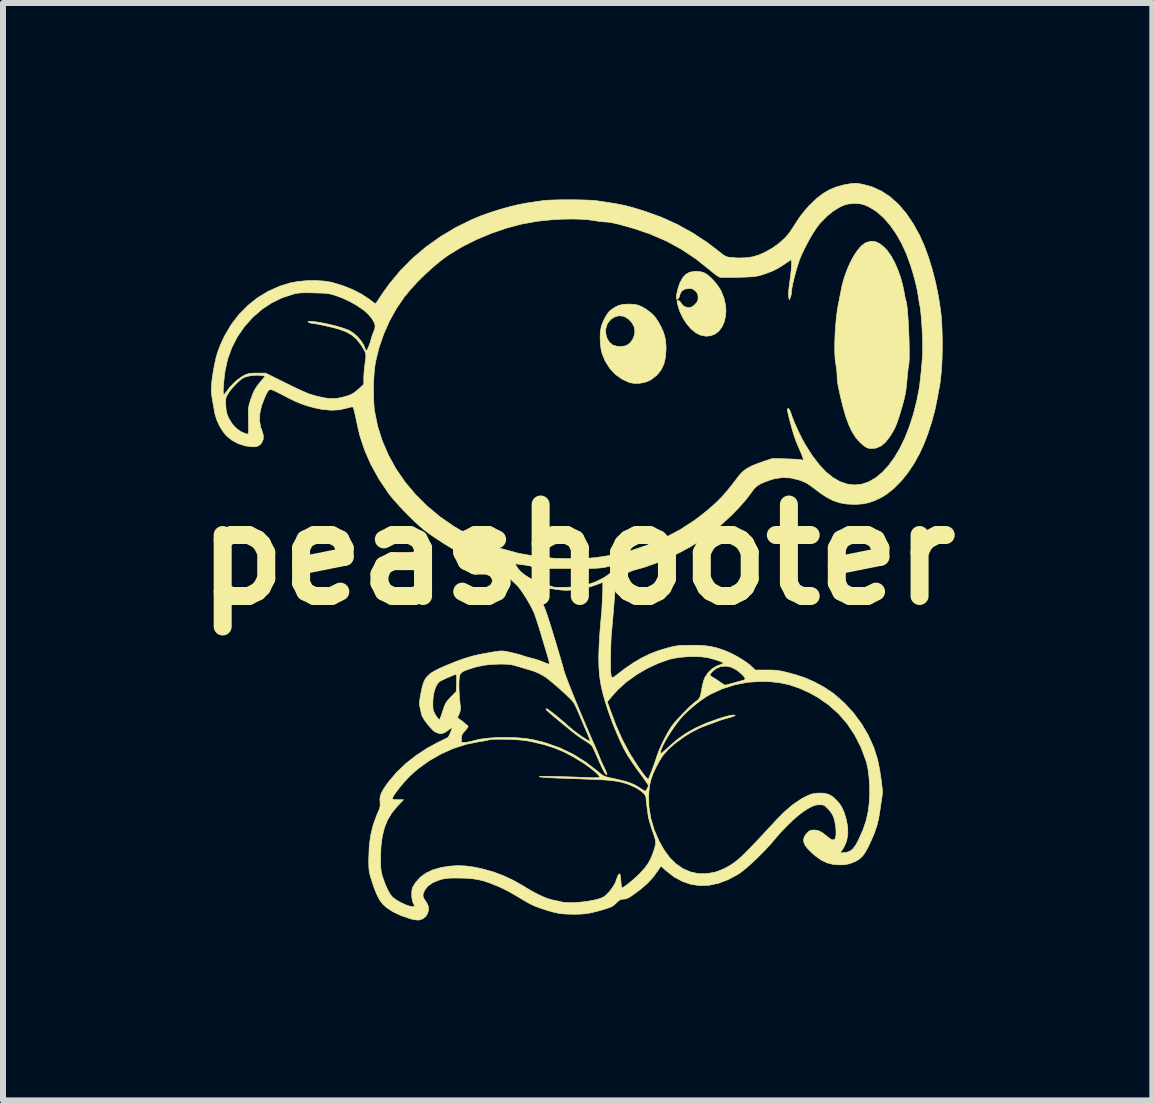
<source format=kicad_pcb>
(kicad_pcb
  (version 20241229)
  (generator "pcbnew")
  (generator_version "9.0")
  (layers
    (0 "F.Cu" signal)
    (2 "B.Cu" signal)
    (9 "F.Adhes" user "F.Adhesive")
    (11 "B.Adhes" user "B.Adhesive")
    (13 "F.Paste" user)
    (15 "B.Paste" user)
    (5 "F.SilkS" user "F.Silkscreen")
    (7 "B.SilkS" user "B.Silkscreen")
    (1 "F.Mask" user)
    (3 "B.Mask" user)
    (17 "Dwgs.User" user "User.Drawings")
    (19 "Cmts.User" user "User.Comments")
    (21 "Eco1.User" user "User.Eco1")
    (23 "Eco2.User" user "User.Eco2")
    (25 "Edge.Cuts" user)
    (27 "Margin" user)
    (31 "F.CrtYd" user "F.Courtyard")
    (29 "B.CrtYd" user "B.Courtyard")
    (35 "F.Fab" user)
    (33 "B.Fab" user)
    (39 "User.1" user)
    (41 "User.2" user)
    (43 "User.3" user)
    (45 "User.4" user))
  (footprint "peashooter"
    (layer "F.Cu")
    (at 6.575 6.191)
    (property "Reference" "peashooter" (at 0 0 0) (layer "F.SilkS") (effects (font (size 1.524 1.524) (thickness 0.3))))
    (attr through_hole)
    (fp_poly (pts (xy 2.027 -4.716) (xy 2.08 -4.706) (xy 2.105 -4.698) (xy 2.159 -4.665) (xy 2.219 -4.614) (xy 2.28 -4.55) (xy 2.336 -4.48) (xy 2.38 -4.411) (xy 2.391 -4.39) (xy 2.436 -4.278) (xy 2.462 -4.168) (xy 2.471 -4.061) (xy 2.462 -3.961) (xy 2.439 -3.869) (xy 2.402 -3.79) (xy 2.352 -3.724) (xy 2.29 -3.676) (xy 2.218 -3.647) (xy 2.137 -3.639) (xy 2.048 -3.657) (xy 2.044 -3.658) (xy 1.966 -3.698) (xy 1.89 -3.761) (xy 1.818 -3.843) (xy 1.756 -3.939) (xy 1.705 -4.044) (xy 1.685 -4.103) (xy 1.671 -4.153) (xy 1.66 -4.194) (xy 1.656 -4.218) (xy 1.656 -4.218) (xy 1.664 -4.236) (xy 1.682 -4.235) (xy 1.705 -4.217) (xy 1.719 -4.196) (xy 1.747 -4.159) (xy 1.782 -4.133) (xy 1.836 -4.114) (xy 1.883 -4.118) (xy 1.931 -4.146) (xy 1.952 -4.166) (xy 1.985 -4.202) (xy 2.001 -4.233) (xy 2.007 -4.27) (xy 2.007 -4.284) (xy 2.003 -4.331) (xy 1.986 -4.366) (xy 1.964 -4.391) (xy 1.93 -4.419) (xy 1.896 -4.432) (xy 1.853 -4.434) (xy 1.786 -4.424) (xy 1.737 -4.394) (xy 1.708 -4.346) (xy 1.704 -4.329) (xy 1.692 -4.291) (xy 1.674 -4.264) (xy 1.655 -4.253) (xy 1.646 -4.257) (xy 1.643 -4.277) (xy 1.647 -4.316) (xy 1.656 -4.368) (xy 1.67 -4.426) (xy 1.687 -4.481) (xy 1.704 -4.529) (xy 1.707 -4.534) (xy 1.752 -4.615) (xy 1.802 -4.67) (xy 1.863 -4.704) (xy 1.937 -4.719) (xy 1.972 -4.72) (xy 2.027 -4.716)) (stroke (width 0.01) (type solid)) (fill yes) (layer "F.SilkS"))
    (fp_poly (pts (xy 0.932 -4.171) (xy 1.001 -4.158) (xy 1.065 -4.133) (xy 1.134 -4.093) (xy 1.184 -4.057) (xy 1.232 -4.019) (xy 1.272 -3.979) (xy 1.308 -3.933) (xy 1.346 -3.874) (xy 1.386 -3.802) (xy 1.432 -3.701) (xy 1.46 -3.596) (xy 1.472 -3.481) (xy 1.473 -3.43) (xy 1.464 -3.293) (xy 1.436 -3.174) (xy 1.388 -3.074) (xy 1.319 -2.99) (xy 1.229 -2.92) (xy 1.195 -2.9) (xy 1.12 -2.871) (xy 1.033 -2.855) (xy 0.945 -2.853) (xy 0.868 -2.866) (xy 0.863 -2.867) (xy 0.741 -2.923) (xy 0.631 -3.001) (xy 0.538 -3.1) (xy 0.462 -3.218) (xy 0.407 -3.35) (xy 0.406 -3.353) (xy 0.388 -3.434) (xy 0.377 -3.529) (xy 0.374 -3.627) (xy 0.377 -3.686) (xy 0.467 -3.686) (xy 0.486 -3.611) (xy 0.522 -3.547) (xy 0.575 -3.499) (xy 0.591 -3.49) (xy 0.652 -3.472) (xy 0.722 -3.468) (xy 0.79 -3.477) (xy 0.82 -3.488) (xy 0.874 -3.528) (xy 0.918 -3.587) (xy 0.946 -3.658) (xy 0.954 -3.724) (xy 0.94 -3.797) (xy 0.904 -3.865) (xy 0.85 -3.923) (xy 0.783 -3.964) (xy 0.759 -3.973) (xy 0.689 -3.98) (xy 0.62 -3.962) (xy 0.557 -3.923) (xy 0.506 -3.865) (xy 0.491 -3.837) (xy 0.468 -3.763) (xy 0.467 -3.686) (xy 0.377 -3.686) (xy 0.379 -3.719) (xy 0.393 -3.797) (xy 0.398 -3.817) (xy 0.432 -3.9) (xy 0.472 -3.976) (xy 0.514 -4.038) (xy 0.552 -4.075) (xy 0.623 -4.123) (xy 0.687 -4.153) (xy 0.756 -4.169) (xy 0.84 -4.174) (xy 0.849 -4.174) (xy 0.932 -4.171)) (stroke (width 0.01) (type solid)) (fill yes) (layer "F.SilkS"))
    (fp_poly (pts (xy 4.957 -5.215) (xy 5.029 -5.184) (xy 5.103 -5.125) (xy 5.157 -5.067) (xy 5.219 -4.982) (xy 5.278 -4.875) (xy 5.332 -4.752) (xy 5.38 -4.62) (xy 5.417 -4.483) (xy 5.437 -4.386) (xy 5.448 -4.326) (xy 5.457 -4.276) (xy 5.465 -4.243) (xy 5.468 -4.234) (xy 5.477 -4.207) (xy 5.485 -4.156) (xy 5.493 -4.086) (xy 5.5 -3.999) (xy 5.507 -3.9) (xy 5.513 -3.793) (xy 5.518 -3.683) (xy 5.522 -3.573) (xy 5.524 -3.466) (xy 5.525 -3.368) (xy 5.525 -3.283) (xy 5.522 -3.213) (xy 5.517 -3.164) (xy 5.515 -3.153) (xy 5.508 -3.11) (xy 5.5 -3.048) (xy 5.492 -2.974) (xy 5.487 -2.905) (xy 5.478 -2.814) (xy 5.468 -2.733) (xy 5.454 -2.654) (xy 5.435 -2.571) (xy 5.409 -2.477) (xy 5.375 -2.363) (xy 5.372 -2.351) (xy 5.343 -2.259) (xy 5.317 -2.187) (xy 5.293 -2.127) (xy 5.265 -2.072) (xy 5.231 -2.014) (xy 5.198 -1.962) (xy 5.129 -1.873) (xy 5.055 -1.811) (xy 4.975 -1.776) (xy 4.91 -1.768) (xy 4.856 -1.771) (xy 4.815 -1.784) (xy 4.776 -1.808) (xy 4.702 -1.872) (xy 4.635 -1.949) (xy 4.575 -2.043) (xy 4.521 -2.155) (xy 4.471 -2.289) (xy 4.425 -2.446) (xy 4.391 -2.582) (xy 4.368 -2.682) (xy 4.351 -2.76) (xy 4.339 -2.821) (xy 4.331 -2.87) (xy 4.326 -2.911) (xy 4.324 -2.951) (xy 4.323 -2.984) (xy 4.319 -3.044) (xy 4.311 -3.114) (xy 4.301 -3.175) (xy 4.291 -3.245) (xy 4.285 -3.338) (xy 4.283 -3.447) (xy 4.285 -3.567) (xy 4.29 -3.694) (xy 4.299 -3.821) (xy 4.31 -3.944) (xy 4.324 -4.056) (xy 4.34 -4.153) (xy 4.343 -4.169) (xy 4.357 -4.235) (xy 4.37 -4.305) (xy 4.38 -4.357) (xy 4.407 -4.492) (xy 4.445 -4.625) (xy 4.492 -4.753) (xy 4.544 -4.872) (xy 4.602 -4.979) (xy 4.662 -5.069) (xy 4.724 -5.141) (xy 4.785 -5.189) (xy 4.809 -5.201) (xy 4.884 -5.221) (xy 4.957 -5.215)) (stroke (width 0.01) (type solid)) (fill yes) (layer "F.SilkS"))
    (fp_poly (pts (xy 4.644 -6.186) (xy 4.69 -6.181) (xy 4.749 -6.17) (xy 4.751 -6.17) (xy 4.913 -6.125) (xy 5.066 -6.054) (xy 5.21 -5.958) (xy 5.345 -5.836) (xy 5.472 -5.688) (xy 5.591 -5.513) (xy 5.699 -5.317) (xy 5.774 -5.149) (xy 5.844 -4.959) (xy 5.908 -4.752) (xy 5.964 -4.533) (xy 6.01 -4.309) (xy 6.045 -4.084) (xy 6.056 -3.985) (xy 6.066 -3.866) (xy 6.072 -3.726) (xy 6.075 -3.575) (xy 6.075 -3.42) (xy 6.072 -3.268) (xy 6.065 -3.128) (xy 6.055 -3.008) (xy 6.054 -3) (xy 6.046 -2.928) (xy 6.039 -2.867) (xy 6.033 -2.821) (xy 6.029 -2.796) (xy 6.028 -2.793) (xy 6.024 -2.777) (xy 6.016 -2.739) (xy 6.006 -2.684) (xy 5.995 -2.617) (xy 5.992 -2.603) (xy 5.953 -2.412) (xy 5.9 -2.214) (xy 5.836 -2.016) (xy 5.764 -1.83) (xy 5.7 -1.691) (xy 5.606 -1.52) (xy 5.501 -1.363) (xy 5.388 -1.223) (xy 5.269 -1.103) (xy 5.147 -1.006) (xy 5.056 -0.951) (xy 4.947 -0.899) (xy 4.847 -0.864) (xy 4.746 -0.845) (xy 4.633 -0.837) (xy 4.61 -0.837) (xy 4.481 -0.843) (xy 4.364 -0.864) (xy 4.255 -0.901) (xy 4.145 -0.958) (xy 4.029 -1.036) (xy 4.008 -1.052) (xy 3.937 -1.106) (xy 3.883 -1.146) (xy 3.841 -1.175) (xy 3.806 -1.196) (xy 3.772 -1.212) (xy 3.735 -1.227) (xy 3.69 -1.243) (xy 3.684 -1.245) (xy 3.545 -1.278) (xy 3.405 -1.284) (xy 3.265 -1.261) (xy 3.19 -1.237) (xy 3.108 -1.206) (xy 3.047 -1.179) (xy 3.002 -1.153) (xy 2.966 -1.124) (xy 2.933 -1.088) (xy 2.899 -1.042) (xy 2.893 -1.033) (xy 2.8 -0.911) (xy 2.687 -0.783) (xy 2.559 -0.652) (xy 2.42 -0.523) (xy 2.276 -0.402) (xy 2.131 -0.293) (xy 2.061 -0.244) (xy 1.881 -0.133) (xy 1.689 -0.029) (xy 1.492 0.065) (xy 1.298 0.145) (xy 1.111 0.21) (xy 1.031 0.233) (xy 0.95 0.255) (xy 0.891 0.275) (xy 0.849 0.293) (xy 0.821 0.313) (xy 0.799 0.337) (xy 0.793 0.347) (xy 0.769 0.377) (xy 0.733 0.417) (xy 0.699 0.451) (xy 0.63 0.515) (xy 0.602 0.858) (xy 0.594 0.961) (xy 0.585 1.062) (xy 0.577 1.156) (xy 0.57 1.236) (xy 0.564 1.297) (xy 0.562 1.319) (xy 0.558 1.371) (xy 0.555 1.443) (xy 0.552 1.531) (xy 0.55 1.628) (xy 0.548 1.726) (xy 0.548 1.737) (xy 0.548 1.844) (xy 0.549 1.926) (xy 0.553 1.984) (xy 0.559 2.023) (xy 0.568 2.043) (xy 0.583 2.048) (xy 0.603 2.039) (xy 0.629 2.021) (xy 0.64 2.012) (xy 0.792 1.896) (xy 0.932 1.801) (xy 1.066 1.722) (xy 1.199 1.657) (xy 1.337 1.603) (xy 1.486 1.558) (xy 1.502 1.554) (xy 1.566 1.537) (xy 1.619 1.526) (xy 1.67 1.518) (xy 1.725 1.513) (xy 1.791 1.511) (xy 1.878 1.51) (xy 1.894 1.51) (xy 2.02 1.511) (xy 2.125 1.518) (xy 2.219 1.531) (xy 2.308 1.551) (xy 2.401 1.581) (xy 2.456 1.601) (xy 2.549 1.641) (xy 2.647 1.692) (xy 2.741 1.747) (xy 2.824 1.803) (xy 2.886 1.854) (xy 2.959 1.923) (xy 3.142 1.923) (xy 3.211 1.923) (xy 3.268 1.925) (xy 3.318 1.929) (xy 3.368 1.936) (xy 3.424 1.947) (xy 3.492 1.964) (xy 3.578 1.987) (xy 3.634 2.002) (xy 3.788 2.053) (xy 3.947 2.123) (xy 4.101 2.206) (xy 4.239 2.297) (xy 4.273 2.322) (xy 4.443 2.471) (xy 4.596 2.638) (xy 4.73 2.819) (xy 4.843 3.011) (xy 4.933 3.211) (xy 4.998 3.416) (xy 5.028 3.564) (xy 5.047 3.681) (xy 5.06 3.775) (xy 5.069 3.849) (xy 5.075 3.908) (xy 5.077 3.956) (xy 5.075 3.997) (xy 5.071 4.035) (xy 5.068 4.053) (xy 5.058 4.116) (xy 5.047 4.191) (xy 5.037 4.259) (xy 5.015 4.396) (xy 4.983 4.526) (xy 4.937 4.657) (xy 4.876 4.797) (xy 4.836 4.88) (xy 4.79 4.964) (xy 4.744 5.026) (xy 4.694 5.072) (xy 4.634 5.109) (xy 4.582 5.131) (xy 4.52 5.152) (xy 4.464 5.164) (xy 4.4 5.169) (xy 4.364 5.169) (xy 4.255 5.161) (xy 4.155 5.136) (xy 4.061 5.091) (xy 3.965 5.023) (xy 3.909 4.975) (xy 3.837 4.904) (xy 3.789 4.842) (xy 3.766 4.786) (xy 3.765 4.734) (xy 3.787 4.683) (xy 3.823 4.638) (xy 3.856 4.607) (xy 3.886 4.593) (xy 3.927 4.589) (xy 3.94 4.589) (xy 3.985 4.593) (xy 4.029 4.607) (xy 4.076 4.633) (xy 4.133 4.676) (xy 4.174 4.71) (xy 4.222 4.745) (xy 4.257 4.755) (xy 4.283 4.742) (xy 4.296 4.719) (xy 4.304 4.676) (xy 4.305 4.614) (xy 4.3 4.542) (xy 4.289 4.468) (xy 4.273 4.4) (xy 4.248 4.337) (xy 4.211 4.28) (xy 4.178 4.242) (xy 4.141 4.204) (xy 4.113 4.182) (xy 4.087 4.171) (xy 4.053 4.168) (xy 4.029 4.168) (xy 3.987 4.17) (xy 3.95 4.177) (xy 3.909 4.194) (xy 3.856 4.221) (xy 3.831 4.235) (xy 3.759 4.282) (xy 3.674 4.347) (xy 3.583 4.427) (xy 3.488 4.518) (xy 3.395 4.614) (xy 3.308 4.713) (xy 3.277 4.75) (xy 3.211 4.828) (xy 3.133 4.912) (xy 3.048 4.999) (xy 2.961 5.085) (xy 2.875 5.164) (xy 2.795 5.234) (xy 2.725 5.29) (xy 2.675 5.325) (xy 2.51 5.414) (xy 2.349 5.475) (xy 2.191 5.509) (xy 2.038 5.515) (xy 1.889 5.494) (xy 1.745 5.445) (xy 1.606 5.369) (xy 1.473 5.266) (xy 1.449 5.243) (xy 1.417 5.214) (xy 1.393 5.196) (xy 1.385 5.193) (xy 1.375 5.207) (xy 1.355 5.238) (xy 1.329 5.276) (xy 1.251 5.382) (xy 1.16 5.479) (xy 1.05 5.575) (xy 0.979 5.628) (xy 0.914 5.674) (xy 0.867 5.706) (xy 0.831 5.725) (xy 0.803 5.736) (xy 0.776 5.739) (xy 0.766 5.74) (xy 0.73 5.742) (xy 0.701 5.754) (xy 0.67 5.779) (xy 0.645 5.803) (xy 0.611 5.835) (xy 0.578 5.859) (xy 0.537 5.878) (xy 0.48 5.897) (xy 0.449 5.907) (xy 0.343 5.938) (xy 0.256 5.96) (xy 0.181 5.976) (xy 0.111 5.985) (xy 0.038 5.99) (xy -0.046 5.992) (xy -0.07 5.992) (xy -0.168 5.99) (xy -0.251 5.985) (xy -0.328 5.974) (xy -0.408 5.956) (xy -0.5 5.93) (xy -0.575 5.906) (xy -0.651 5.88) (xy -0.718 5.854) (xy -0.781 5.825) (xy -0.848 5.789) (xy -0.926 5.743) (xy -0.996 5.701) (xy -1.154 5.609) (xy -1.311 5.533) (xy -1.462 5.472) (xy -1.563 5.438) (xy -1.661 5.414) (xy -1.762 5.399) (xy -1.876 5.391) (xy -1.991 5.389) (xy -2.078 5.389) (xy -2.143 5.391) (xy -2.194 5.396) (xy -2.239 5.403) (xy -2.283 5.415) (xy -2.312 5.424) (xy -2.414 5.466) (xy -2.492 5.519) (xy -2.545 5.585) (xy -2.562 5.621) (xy -2.575 5.659) (xy -2.577 5.69) (xy -2.567 5.721) (xy -2.543 5.76) (xy -2.519 5.794) (xy -2.49 5.855) (xy -2.484 5.918) (xy -2.5 5.978) (xy -2.533 6.03) (xy -2.582 6.069) (xy -2.643 6.088) (xy -2.669 6.089) (xy -2.712 6.084) (xy -2.764 6.074) (xy -2.779 6.07) (xy -2.941 6.015) (xy -3.076 5.952) (xy -3.186 5.88) (xy -3.247 5.824) (xy -3.296 5.759) (xy -3.344 5.668) (xy -3.392 5.55) (xy -3.44 5.405) (xy -3.441 5.403) (xy -3.457 5.348) (xy -3.468 5.302) (xy -3.475 5.258) (xy -3.479 5.207) (xy -3.481 5.143) (xy -3.481 5.058) (xy -3.481 5.054) (xy -3.48 5.045) (xy -3.284 5.045) (xy -3.284 5.046) (xy -3.283 5.133) (xy -3.281 5.199) (xy -3.277 5.25) (xy -3.27 5.294) (xy -3.259 5.338) (xy -3.249 5.372) (xy -3.208 5.489) (xy -3.165 5.586) (xy -3.122 5.661) (xy -3.085 5.707) (xy -3.041 5.741) (xy -2.982 5.778) (xy -2.916 5.812) (xy -2.852 5.84) (xy -2.796 5.859) (xy -2.761 5.865) (xy -2.708 5.866) (xy -2.736 5.813) (xy -2.754 5.768) (xy -2.763 5.711) (xy -2.765 5.66) (xy -2.763 5.607) (xy -2.758 5.568) (xy -2.744 5.534) (xy -2.719 5.492) (xy -2.705 5.471) (xy -2.629 5.382) (xy -2.532 5.309) (xy -2.414 5.253) (xy -2.273 5.213) (xy -2.138 5.191) (xy -2.004 5.182) (xy -1.87 5.187) (xy -1.728 5.206) (xy -1.592 5.235) (xy -1.41 5.285) (xy -1.238 5.349) (xy -1.069 5.429) (xy -0.894 5.528) (xy -0.866 5.546) (xy -0.766 5.605) (xy -0.667 5.658) (xy -0.573 5.702) (xy -0.49 5.734) (xy -0.425 5.753) (xy -0.424 5.753) (xy -0.367 5.765) (xy -0.312 5.777) (xy -0.288 5.784) (xy -0.221 5.795) (xy -0.134 5.799) (xy -0.035 5.796) (xy 0.072 5.788) (xy 0.177 5.774) (xy 0.276 5.756) (xy 0.36 5.734) (xy 0.422 5.71) (xy 0.474 5.674) (xy 0.527 5.618) (xy 0.578 5.551) (xy 0.621 5.479) (xy 0.649 5.411) (xy 0.653 5.396) (xy 0.669 5.351) (xy 0.688 5.324) (xy 0.701 5.319) (xy 0.707 5.331) (xy 0.713 5.366) (xy 0.718 5.415) (xy 0.719 5.432) (xy 0.724 5.486) (xy 0.729 5.528) (xy 0.734 5.551) (xy 0.735 5.553) (xy 0.75 5.549) (xy 0.781 5.53) (xy 0.824 5.499) (xy 0.875 5.458) (xy 0.929 5.413) (xy 0.981 5.366) (xy 1.029 5.32) (xy 1.042 5.307) (xy 1.116 5.225) (xy 1.172 5.149) (xy 1.216 5.069) (xy 1.254 4.974) (xy 1.264 4.944) (xy 1.283 4.887) (xy 1.294 4.842) (xy 1.299 4.804) (xy 1.296 4.764) (xy 1.285 4.717) (xy 1.265 4.656) (xy 1.242 4.589) (xy 1.219 4.519) (xy 1.198 4.451) (xy 1.183 4.392) (xy 1.177 4.364) (xy 1.17 4.315) (xy 1.161 4.252) (xy 1.153 4.184) (xy 1.145 4.12) (xy 1.14 4.068) (xy 1.138 4.039) (xy 1.125 4.008) (xy 1.183 4.008) (xy 1.187 4.199) (xy 1.218 4.392) (xy 1.275 4.586) (xy 1.358 4.776) (xy 1.44 4.921) (xy 1.533 5.048) (xy 1.638 5.152) (xy 1.753 5.232) (xy 1.877 5.286) (xy 2.008 5.315) (xy 2.144 5.317) (xy 2.283 5.292) (xy 2.311 5.284) (xy 2.381 5.258) (xy 2.457 5.224) (xy 2.519 5.19) (xy 2.56 5.165) (xy 2.6 5.138) (xy 2.64 5.108) (xy 2.683 5.072) (xy 2.731 5.03) (xy 2.784 4.979) (xy 2.846 4.917) (xy 2.918 4.843) (xy 3.001 4.755) (xy 3.098 4.651) (xy 3.211 4.529) (xy 3.309 4.423) (xy 3.448 4.283) (xy 3.585 4.166) (xy 3.719 4.075) (xy 3.788 4.037) (xy 3.851 4.007) (xy 3.902 3.989) (xy 3.95 3.979) (xy 4.006 3.974) (xy 4.009 3.973) (xy 4.101 3.975) (xy 4.177 3.993) (xy 4.244 4.03) (xy 4.3 4.079) (xy 4.358 4.143) (xy 4.403 4.211) (xy 4.438 4.29) (xy 4.469 4.388) (xy 4.47 4.392) (xy 4.498 4.529) (xy 4.502 4.652) (xy 4.483 4.764) (xy 4.44 4.869) (xy 4.396 4.938) (xy 4.372 4.972) (xy 4.445 4.965) (xy 4.501 4.955) (xy 4.547 4.934) (xy 4.588 4.9) (xy 4.628 4.847) (xy 4.669 4.773) (xy 4.689 4.732) (xy 4.758 4.575) (xy 4.808 4.426) (xy 4.841 4.275) (xy 4.858 4.136) (xy 4.866 3.998) (xy 4.865 3.854) (xy 4.855 3.714) (xy 4.839 3.583) (xy 4.815 3.471) (xy 4.805 3.436) (xy 4.721 3.211) (xy 4.616 3.005) (xy 4.491 2.818) (xy 4.347 2.651) (xy 4.182 2.504) (xy 3.999 2.377) (xy 3.856 2.299) (xy 3.69 2.224) (xy 3.533 2.171) (xy 3.375 2.136) (xy 3.209 2.117) (xy 3.052 2.113) (xy 2.834 2.127) (xy 2.622 2.168) (xy 2.413 2.235) (xy 2.216 2.324) (xy 2.131 2.374) (xy 2.035 2.441) (xy 1.937 2.518) (xy 1.842 2.6) (xy 1.759 2.681) (xy 1.708 2.738) (xy 1.65 2.812) (xy 1.594 2.891) (xy 1.54 2.971) (xy 1.491 3.05) (xy 1.449 3.124) (xy 1.415 3.19) (xy 1.392 3.245) (xy 1.38 3.285) (xy 1.382 3.308) (xy 1.39 3.312) (xy 1.405 3.303) (xy 1.436 3.277) (xy 1.479 3.24) (xy 1.53 3.194) (xy 1.542 3.182) (xy 1.669 3.073) (xy 1.808 2.976) (xy 1.964 2.889) (xy 2.14 2.81) (xy 2.339 2.737) (xy 2.372 2.726) (xy 2.449 2.703) (xy 2.517 2.685) (xy 2.572 2.675) (xy 2.609 2.673) (xy 2.624 2.679) (xy 2.624 2.68) (xy 2.612 2.688) (xy 2.578 2.701) (xy 2.53 2.716) (xy 2.508 2.721) (xy 2.45 2.737) (xy 2.399 2.752) (xy 2.363 2.764) (xy 2.358 2.767) (xy 2.33 2.777) (xy 2.283 2.795) (xy 2.224 2.816) (xy 2.182 2.83) (xy 2.037 2.887) (xy 1.902 2.955) (xy 1.769 3.037) (xy 1.631 3.139) (xy 1.602 3.163) (xy 1.509 3.245) (xy 1.432 3.332) (xy 1.365 3.432) (xy 1.305 3.543) (xy 1.258 3.646) (xy 1.225 3.736) (xy 1.203 3.824) (xy 1.19 3.919) (xy 1.183 4.008) (xy 1.125 4.008) (xy 1.125 4.007) (xy 1.091 3.969) (xy 1.042 3.929) (xy 0.983 3.891) (xy 0.934 3.866) (xy 0.864 3.835) (xy 0.798 3.811) (xy 0.73 3.792) (xy 0.656 3.777) (xy 0.572 3.765) (xy 0.472 3.756) (xy 0.353 3.749) (xy 0.239 3.745) (xy 0.122 3.74) (xy -0.002 3.735) (xy -0.127 3.731) (xy -0.243 3.726) (xy -0.342 3.723) (xy -0.374 3.721) (xy -0.456 3.718) (xy -0.529 3.713) (xy -0.587 3.709) (xy -0.626 3.704) (xy -0.641 3.7) (xy -0.631 3.697) (xy -0.595 3.695) (xy -0.534 3.694) (xy -0.449 3.695) (xy -0.343 3.697) (xy -0.216 3.701) (xy -0.07 3.705) (xy 0.093 3.712) (xy 0.144 3.714) (xy 0.233 3.717) (xy 0.297 3.717) (xy 0.338 3.715) (xy 0.36 3.711) (xy 0.365 3.706) (xy 0.354 3.683) (xy 0.322 3.648) (xy 0.273 3.604) (xy 0.211 3.555) (xy 0.139 3.502) (xy 0.095 3.472) (xy -0.068 3.371) (xy -0.228 3.287) (xy -0.393 3.219) (xy -0.57 3.163) (xy -0.765 3.117) (xy -0.828 3.105) (xy -0.888 3.096) (xy -0.964 3.088) (xy -1.051 3.083) (xy -1.143 3.078) (xy -1.234 3.076) (xy -1.32 3.076) (xy -1.393 3.077) (xy -1.448 3.081) (xy -1.474 3.086) (xy -1.513 3.095) (xy -1.568 3.106) (xy -1.629 3.115) (xy -1.636 3.116) (xy -1.852 3.159) (xy -2.067 3.228) (xy -2.276 3.321) (xy -2.475 3.435) (xy -2.66 3.568) (xy -2.783 3.676) (xy -2.836 3.73) (xy -2.891 3.791) (xy -2.946 3.855) (xy -2.996 3.918) (xy -3.038 3.975) (xy -3.069 4.022) (xy -3.086 4.055) (xy -3.087 4.064) (xy -3.079 4.075) (xy -3.053 4.082) (xy -3.003 4.084) (xy -2.995 4.084) (xy -2.902 4.084) (xy -3.011 4.199) (xy -3.098 4.306) (xy -3.168 4.423) (xy -3.22 4.552) (xy -3.256 4.697) (xy -3.277 4.86) (xy -3.284 5.045) (xy -3.48 5.045) (xy -3.473 4.857) (xy -3.449 4.678) (xy -3.409 4.51) (xy -3.35 4.348) (xy -3.321 4.281) (xy -3.3 4.23) (xy -3.291 4.187) (xy -3.292 4.136) (xy -3.293 4.119) (xy -3.295 4.067) (xy -3.287 4.018) (xy -3.267 3.966) (xy -3.235 3.907) (xy -3.186 3.835) (xy -3.145 3.779) (xy -3.017 3.629) (xy -2.866 3.484) (xy -2.696 3.35) (xy -2.511 3.228) (xy -2.339 3.134) (xy -2.278 3.104) (xy -2.224 3.078) (xy -2.184 3.058) (xy -2.164 3.048) (xy -2.164 3.048) (xy -2.152 3.032) (xy -2.134 2.999) (xy -2.116 2.957) (xy -2.101 2.917) (xy -2.092 2.886) (xy -2.091 2.88) (xy -2.101 2.884) (xy -2.126 2.902) (xy -2.145 2.917) (xy -2.204 2.958) (xy -2.253 2.979) (xy -2.299 2.981) (xy -2.328 2.974) (xy -2.361 2.961) (xy -2.39 2.945) (xy -2.419 2.92) (xy -2.453 2.883) (xy -2.498 2.829) (xy -2.514 2.809) (xy -2.564 2.739) (xy -2.595 2.683) (xy -2.604 2.654) (xy -2.613 2.606) (xy -2.624 2.553) (xy -2.627 2.544) (xy -2.633 2.515) (xy -2.636 2.488) (xy -2.636 2.479) (xy -2.413 2.479) (xy -2.412 2.536) (xy -2.409 2.578) (xy -2.408 2.586) (xy -2.397 2.618) (xy -2.376 2.658) (xy -2.351 2.699) (xy -2.326 2.732) (xy -2.307 2.749) (xy -2.303 2.75) (xy -2.295 2.738) (xy -2.286 2.717) (xy -2.003 2.717) (xy -1.913 2.784) (xy -1.872 2.818) (xy -1.84 2.845) (xy -1.825 2.863) (xy -1.824 2.865) (xy -1.833 2.881) (xy -1.856 2.911) (xy -1.88 2.938) (xy -1.913 2.977) (xy -1.93 3.009) (xy -1.936 3.045) (xy -1.937 3.064) (xy -1.937 3.129) (xy -1.882 3.129) (xy -1.839 3.125) (xy -1.783 3.114) (xy -1.738 3.102) (xy -1.625 3.075) (xy -1.485 3.057) (xy -1.319 3.047) (xy -1.193 3.046) (xy -1.028 3.05) (xy -0.879 3.062) (xy -0.738 3.085) (xy -0.593 3.12) (xy -0.514 3.143) (xy -0.288 3.224) (xy -0.073 3.328) (xy 0.135 3.458) (xy 0.338 3.614) (xy 0.347 3.623) (xy 0.387 3.656) (xy 0.419 3.678) (xy 0.452 3.695) (xy 0.493 3.708) (xy 0.549 3.721) (xy 0.593 3.73) (xy 0.709 3.756) (xy 0.803 3.78) (xy 0.88 3.806) (xy 0.944 3.833) (xy 1.002 3.866) (xy 1.024 3.88) (xy 1.069 3.909) (xy 1.104 3.931) (xy 1.124 3.942) (xy 1.126 3.942) (xy 1.138 3.932) (xy 1.156 3.905) (xy 1.157 3.902) (xy 1.172 3.87) (xy 1.179 3.848) (xy 1.179 3.847) (xy 1.171 3.832) (xy 1.149 3.799) (xy 1.116 3.75) (xy 1.074 3.691) (xy 1.036 3.64) (xy 0.982 3.565) (xy 0.928 3.489) (xy 0.88 3.417) (xy 0.84 3.357) (xy 0.825 3.333) (xy 0.771 3.235) (xy 0.713 3.116) (xy 0.653 2.979) (xy 0.592 2.831) (xy 0.535 2.677) (xy 0.505 2.593) (xy 0.46 2.451) (xy 0.494 2.451) (xy 0.54 2.583) (xy 0.639 2.846) (xy 0.746 3.086) (xy 0.863 3.306) (xy 0.992 3.51) (xy 1.028 3.562) (xy 1.081 3.636) (xy 1.121 3.689) (xy 1.149 3.722) (xy 1.168 3.739) (xy 1.178 3.741) (xy 1.181 3.737) (xy 1.191 3.712) (xy 1.207 3.67) (xy 1.228 3.618) (xy 1.233 3.607) (xy 1.256 3.545) (xy 1.283 3.469) (xy 1.31 3.391) (xy 1.319 3.361) (xy 1.354 3.266) (xy 1.401 3.159) (xy 1.455 3.05) (xy 1.511 2.948) (xy 1.565 2.862) (xy 1.57 2.856) (xy 1.604 2.812) (xy 1.653 2.755) (xy 1.712 2.692) (xy 1.775 2.627) (xy 1.837 2.564) (xy 1.894 2.51) (xy 1.94 2.47) (xy 1.961 2.454) (xy 1.996 2.428) (xy 2.02 2.403) (xy 2.037 2.374) (xy 2.05 2.332) (xy 2.062 2.273) (xy 2.068 2.236) (xy 2.081 2.171) (xy 2.097 2.109) (xy 2.114 2.06) (xy 2.118 2.05) (xy 2.149 2.004) (xy 2.203 2.004) (xy 2.215 2.02) (xy 2.242 2.04) (xy 2.249 2.043) (xy 2.285 2.064) (xy 2.332 2.095) (xy 2.37 2.121) (xy 2.41 2.149) (xy 2.442 2.168) (xy 2.457 2.175) (xy 2.474 2.172) (xy 2.511 2.162) (xy 2.562 2.148) (xy 2.584 2.142) (xy 2.644 2.125) (xy 2.699 2.11) (xy 2.74 2.1) (xy 2.747 2.098) (xy 2.78 2.086) (xy 2.79 2.068) (xy 2.778 2.039) (xy 2.742 1.999) (xy 2.732 1.989) (xy 2.646 1.92) (xy 2.559 1.876) (xy 2.472 1.858) (xy 2.388 1.864) (xy 2.31 1.896) (xy 2.257 1.937) (xy 2.227 1.969) (xy 2.207 1.994) (xy 2.203 2.004) (xy 2.149 2.004) (xy 2.172 1.969) (xy 2.241 1.902) (xy 2.319 1.855) (xy 2.349 1.844) (xy 2.391 1.829) (xy 2.42 1.816) (xy 2.428 1.809) (xy 2.415 1.797) (xy 2.381 1.781) (xy 2.331 1.763) (xy 2.271 1.744) (xy 2.207 1.727) (xy 2.162 1.716) (xy 2.065 1.703) (xy 1.951 1.698) (xy 1.829 1.701) (xy 1.707 1.711) (xy 1.595 1.729) (xy 1.523 1.746) (xy 1.336 1.813) (xy 1.153 1.899) (xy 0.978 2.002) (xy 0.816 2.119) (xy 0.673 2.246) (xy 0.585 2.343) (xy 0.494 2.451) (xy 0.46 2.451) (xy 0.454 2.433) (xy 0.414 2.287) (xy 0.384 2.148) (xy 0.364 2.011) (xy 0.354 1.869) (xy 0.351 1.715) (xy 0.356 1.544) (xy 0.361 1.443) (xy 0.367 1.346) (xy 0.374 1.252) (xy 0.381 1.166) (xy 0.387 1.094) (xy 0.392 1.044) (xy 0.392 1.038) (xy 0.397 0.993) (xy 0.402 0.932) (xy 0.406 0.859) (xy 0.41 0.781) (xy 0.414 0.702) (xy 0.417 0.627) (xy 0.419 0.56) (xy 0.419 0.508) (xy 0.418 0.474) (xy 0.416 0.463) (xy 0.401 0.468) (xy 0.366 0.481) (xy 0.317 0.499) (xy 0.282 0.512) (xy 0.176 0.546) (xy 0.053 0.572) (xy -0.075 0.589) (xy -0.196 0.595) (xy -0.196 0.595) (xy -0.265 0.591) (xy -0.35 0.581) (xy -0.442 0.566) (xy -0.532 0.548) (xy -0.611 0.529) (xy -0.663 0.513) (xy -0.713 0.496) (xy -0.746 0.489) (xy -0.758 0.493) (xy -0.751 0.511) (xy -0.733 0.547) (xy -0.706 0.594) (xy -0.689 0.623) (xy -0.64 0.706) (xy -0.603 0.774) (xy -0.573 0.836) (xy -0.546 0.9) (xy -0.519 0.972) (xy -0.504 1.018) (xy -0.482 1.086) (xy -0.455 1.172) (xy -0.424 1.27) (xy -0.392 1.377) (xy -0.358 1.487) (xy -0.326 1.595) (xy -0.296 1.697) (xy -0.269 1.788) (xy -0.247 1.864) (xy -0.232 1.919) (xy -0.232 1.923) (xy -0.217 1.97) (xy -0.192 2.04) (xy -0.157 2.131) (xy -0.114 2.241) (xy -0.064 2.366) (xy -0.007 2.504) (xy 0.055 2.653) (xy 0.122 2.81) (xy 0.192 2.973) (xy 0.264 3.139) (xy 0.294 3.207) (xy 0.322 3.27) (xy 0.346 3.328) (xy 0.364 3.372) (xy 0.373 3.396) (xy 0.384 3.425) (xy 0.404 3.47) (xy 0.429 3.523) (xy 0.438 3.54) (xy 0.462 3.592) (xy 0.48 3.634) (xy 0.488 3.661) (xy 0.488 3.666) (xy 0.478 3.669) (xy 0.459 3.647) (xy 0.432 3.602) (xy 0.398 3.533) (xy 0.356 3.442) (xy 0.343 3.41) (xy 0.312 3.34) (xy 0.284 3.277) (xy 0.261 3.227) (xy 0.245 3.196) (xy 0.242 3.19) (xy 0.221 3.169) (xy 0.183 3.139) (xy 0.134 3.107) (xy 0.115 3.095) (xy 0.057 3.058) (xy -0.011 3.01) (xy -0.08 2.958) (xy -0.119 2.927) (xy -0.187 2.87) (xy -0.265 2.806) (xy -0.339 2.745) (xy -0.372 2.718) (xy -0.439 2.662) (xy -0.486 2.621) (xy -0.515 2.593) (xy -0.527 2.577) (xy -0.525 2.569) (xy -0.517 2.568) (xy -0.499 2.577) (xy -0.463 2.602) (xy -0.413 2.64) (xy -0.353 2.688) (xy -0.286 2.744) (xy -0.215 2.804) (xy -0.144 2.867) (xy -0.14 2.871) (xy -0.09 2.913) (xy -0.034 2.957) (xy 0.025 3) (xy 0.082 3.04) (xy 0.133 3.072) (xy 0.174 3.096) (xy 0.201 3.107) (xy 0.21 3.105) (xy 0.205 3.088) (xy 0.191 3.05) (xy 0.169 2.997) (xy 0.142 2.934) (xy 0.135 2.918) (xy 0.101 2.838) (xy 0.065 2.754) (xy 0.032 2.675) (xy 0.007 2.617) (xy -0.019 2.558) (xy -0.044 2.506) (xy -0.065 2.467) (xy -0.073 2.456) (xy -0.102 2.422) (xy -0.149 2.375) (xy -0.208 2.319) (xy -0.275 2.258) (xy -0.345 2.197) (xy -0.413 2.138) (xy -0.474 2.088) (xy -0.525 2.049) (xy -0.544 2.035) (xy -0.606 1.999) (xy -0.674 1.965) (xy -0.734 1.941) (xy -0.741 1.939) (xy -0.797 1.922) (xy -0.868 1.901) (xy -0.943 1.878) (xy -0.977 1.868) (xy -1.043 1.849) (xy -1.097 1.836) (xy -1.149 1.829) (xy -1.209 1.825) (xy -1.287 1.824) (xy -1.295 1.824) (xy -1.437 1.829) (xy -1.565 1.844) (xy -1.691 1.871) (xy -1.789 1.901) (xy -1.856 1.924) (xy -1.902 1.943) (xy -1.932 1.963) (xy -1.952 1.986) (xy -1.962 2.002) (xy -1.971 2.034) (xy -1.976 2.088) (xy -1.978 2.159) (xy -1.977 2.242) (xy -1.973 2.33) (xy -1.966 2.42) (xy -1.963 2.449) (xy -1.956 2.515) (xy -1.953 2.56) (xy -1.955 2.593) (xy -1.962 2.622) (xy -1.974 2.653) (xy -2.003 2.717) (xy -2.286 2.717) (xy -2.281 2.704) (xy -2.263 2.654) (xy -2.248 2.607) (xy -2.226 2.54) (xy -2.207 2.493) (xy -2.186 2.456) (xy -2.159 2.421) (xy -2.12 2.379) (xy -2.113 2.372) (xy -2.023 2.28) (xy -2.018 2.137) (xy -2.017 2.077) (xy -2.017 2.029) (xy -2.02 2) (xy -2.023 1.993) (xy -2.042 1.998) (xy -2.08 2.013) (xy -2.129 2.033) (xy -2.182 2.056) (xy -2.233 2.08) (xy -2.274 2.1) (xy -2.297 2.112) (xy -2.336 2.153) (xy -2.37 2.216) (xy -2.394 2.295) (xy -2.409 2.386) (xy -2.411 2.417) (xy -2.413 2.479) (xy -2.636 2.479) (xy -2.635 2.455) (xy -2.63 2.413) (xy -2.62 2.354) (xy -2.606 2.28) (xy -2.588 2.199) (xy -2.568 2.132) (xy -2.541 2.075) (xy -2.504 2.027) (xy -2.456 1.983) (xy -2.392 1.942) (xy -2.309 1.899) (xy -2.205 1.853) (xy -2.124 1.82) (xy -1.996 1.769) (xy -1.884 1.729) (xy -1.78 1.698) (xy -1.677 1.672) (xy -1.567 1.65) (xy -1.558 1.649) (xy -1.463 1.632) (xy -1.39 1.619) (xy -1.335 1.611) (xy -1.292 1.606) (xy -1.257 1.605) (xy -1.225 1.608) (xy -1.189 1.614) (xy -1.146 1.623) (xy -1.121 1.629) (xy -1.053 1.644) (xy -0.987 1.661) (xy -0.934 1.677) (xy -0.912 1.684) (xy -0.861 1.701) (xy -0.8 1.718) (xy -0.767 1.726) (xy -0.709 1.741) (xy -0.642 1.763) (xy -0.588 1.784) (xy -0.54 1.803) (xy -0.502 1.818) (xy -0.48 1.824) (xy -0.479 1.824) (xy -0.473 1.819) (xy -0.473 1.801) (xy -0.48 1.766) (xy -0.494 1.713) (xy -0.517 1.636) (xy -0.524 1.614) (xy -0.54 1.558) (xy -0.563 1.484) (xy -0.589 1.398) (xy -0.615 1.309) (xy -0.629 1.263) (xy -0.655 1.18) (xy -0.681 1.099) (xy -0.705 1.028) (xy -0.725 0.973) (xy -0.735 0.95) (xy -0.767 0.884) (xy -0.808 0.809) (xy -0.854 0.731) (xy -0.902 0.656) (xy -0.948 0.589) (xy -0.987 0.537) (xy -1.015 0.507) (xy -1.08 0.446) (xy -1.135 0.39) (xy -1.188 0.328) (xy -1.197 0.318) (xy -1.231 0.281) (xy -1.264 0.256) (xy -1.307 0.237) (xy -1.352 0.222) (xy -1.447 0.191) (xy -1.552 0.151) (xy -1.042 0.151) (xy -1.009 0.211) (xy -0.964 0.269) (xy -0.897 0.328) (xy -0.812 0.384) (xy -0.715 0.435) (xy -0.61 0.478) (xy -0.527 0.503) (xy -0.475 0.517) (xy -0.434 0.53) (xy -0.412 0.538) (xy -0.41 0.54) (xy -0.393 0.543) (xy -0.354 0.544) (xy -0.297 0.545) (xy -0.226 0.544) (xy -0.183 0.544) (xy -0.086 0.54) (xy -0.011 0.536) (xy 0.051 0.528) (xy 0.106 0.517) (xy 0.146 0.507) (xy 0.296 0.455) (xy 0.427 0.39) (xy 0.516 0.331) (xy 0.563 0.293) (xy 0.604 0.252) (xy 0.635 0.215) (xy 0.653 0.186) (xy 0.653 0.171) (xy 0.637 0.171) (xy 0.601 0.178) (xy 0.549 0.188) (xy 0.509 0.198) (xy 0.472 0.207) (xy 0.438 0.214) (xy 0.403 0.219) (xy 0.364 0.223) (xy 0.317 0.226) (xy 0.259 0.229) (xy 0.187 0.23) (xy 0.097 0.231) (xy -0.015 0.231) (xy -0.14 0.231) (xy -0.278 0.231) (xy -0.39 0.231) (xy -0.48 0.23) (xy -0.551 0.228) (xy -0.606 0.226) (xy -0.648 0.223) (xy -0.68 0.218) (xy -0.706 0.213) (xy -0.723 0.208) (xy -0.781 0.192) (xy -0.843 0.179) (xy -0.863 0.176) (xy -0.918 0.169) (xy -0.972 0.162) (xy -0.988 0.159) (xy -1.042 0.151) (xy -1.552 0.151) (xy -1.558 0.149) (xy -1.677 0.101) (xy -1.794 0.05) (xy -1.902 0.001) (xy -1.979 -0.038) (xy -2.097 -0.105) (xy -2.224 -0.182) (xy -2.351 -0.264) (xy -2.469 -0.345) (xy -2.561 -0.414) (xy -2.632 -0.474) (xy -2.714 -0.55) (xy -2.804 -0.637) (xy -2.895 -0.729) (xy -2.982 -0.823) (xy -3.061 -0.911) (xy -3.127 -0.99) (xy -3.153 -1.024) (xy -3.309 -1.257) (xy -3.441 -1.494) (xy -3.547 -1.734) (xy -3.627 -1.974) (xy -3.662 -2.119) (xy -3.685 -2.225) (xy -3.702 -2.307) (xy -3.716 -2.368) (xy -3.726 -2.41) (xy -3.734 -2.438) (xy -3.741 -2.453) (xy -3.745 -2.459) (xy -3.763 -2.461) (xy -3.799 -2.454) (xy -3.847 -2.441) (xy -3.853 -2.439) (xy -3.976 -2.412) (xy -4.113 -2.406) (xy -4.262 -2.421) (xy -4.381 -2.445) (xy -4.468 -2.468) (xy -4.542 -2.491) (xy -4.611 -2.515) (xy -4.682 -2.544) (xy -4.759 -2.58) (xy -4.851 -2.626) (xy -4.91 -2.657) (xy -4.991 -2.699) (xy -5.051 -2.729) (xy -5.094 -2.746) (xy -5.124 -2.75) (xy -5.147 -2.739) (xy -5.167 -2.714) (xy -5.188 -2.674) (xy -5.214 -2.617) (xy -5.215 -2.615) (xy -5.266 -2.483) (xy -5.295 -2.356) (xy -5.301 -2.236) (xy -5.283 -2.127) (xy -5.262 -2.071) (xy -5.239 -1.994) (xy -5.239 -1.924) (xy -5.264 -1.864) (xy -5.289 -1.835) (xy -5.323 -1.811) (xy -5.358 -1.799) (xy -5.407 -1.796) (xy -5.532 -1.81) (xy -5.653 -1.848) (xy -5.764 -1.908) (xy -5.85 -1.978) (xy -5.91 -2.051) (xy -5.966 -2.142) (xy -6.012 -2.241) (xy -6.042 -2.337) (xy -6.049 -2.372) (xy -6.06 -2.435) (xy -6.073 -2.508) (xy -6.084 -2.568) (xy -6.085 -2.574) (xy -5.865 -2.574) (xy -5.865 -2.525) (xy -5.863 -2.487) (xy -5.858 -2.417) (xy -5.848 -2.362) (xy -5.83 -2.311) (xy -5.812 -2.271) (xy -5.759 -2.183) (xy -5.692 -2.108) (xy -5.617 -2.052) (xy -5.538 -2.017) (xy -5.493 -2.008) (xy -5.487 -2.021) (xy -5.484 -2.062) (xy -5.483 -2.131) (xy -5.485 -2.227) (xy -5.485 -2.23) (xy -5.486 -2.315) (xy -5.487 -2.379) (xy -5.485 -2.427) (xy -5.48 -2.467) (xy -5.472 -2.504) (xy -5.46 -2.545) (xy -5.452 -2.57) (xy -5.423 -2.653) (xy -5.396 -2.718) (xy -5.366 -2.772) (xy -5.33 -2.825) (xy -5.283 -2.882) (xy -5.206 -2.974) (xy -5.257 -2.983) (xy -5.328 -2.99) (xy -5.408 -2.986) (xy -5.486 -2.974) (xy -5.552 -2.954) (xy -5.577 -2.942) (xy -5.627 -2.905) (xy -5.685 -2.852) (xy -5.743 -2.79) (xy -5.796 -2.726) (xy -5.832 -2.672) (xy -5.85 -2.639) (xy -5.861 -2.609) (xy -5.865 -2.574) (xy -6.085 -2.574) (xy -6.097 -2.651) (xy -6.103 -2.733) (xy -6.103 -2.739) (xy -5.906 -2.739) (xy -5.905 -2.693) (xy -5.901 -2.669) (xy -5.898 -2.666) (xy -5.882 -2.677) (xy -5.859 -2.704) (xy -5.846 -2.723) (xy -5.794 -2.791) (xy -5.728 -2.859) (xy -5.657 -2.921) (xy -5.589 -2.969) (xy -5.563 -2.984) (xy -5.521 -3.003) (xy -5.485 -3.015) (xy -5.444 -3.021) (xy -5.392 -3.024) (xy -5.339 -3.024) (xy -5.198 -3.024) (xy -4.869 -2.86) (xy -4.775 -2.814) (xy -4.684 -2.77) (xy -4.601 -2.732) (xy -4.53 -2.701) (xy -4.476 -2.678) (xy -4.449 -2.669) (xy -4.328 -2.635) (xy -4.227 -2.613) (xy -4.14 -2.601) (xy -4.061 -2.6) (xy -3.984 -2.608) (xy -3.909 -2.625) (xy -3.836 -2.645) (xy -3.781 -2.666) (xy -3.736 -2.69) (xy -3.73 -2.694) (xy -3.402 -2.694) (xy -3.399 -2.576) (xy -3.393 -2.471) (xy -3.385 -2.396) (xy -3.334 -2.143) (xy -3.256 -1.896) (xy -3.153 -1.657) (xy -3.026 -1.427) (xy -2.875 -1.208) (xy -2.701 -1.001) (xy -2.507 -0.808) (xy -2.292 -0.629) (xy -2.058 -0.467) (xy -1.823 -0.331) (xy -1.554 -0.204) (xy -1.279 -0.102) (xy -0.994 -0.024) (xy -0.699 0.03) (xy -0.391 0.061) (xy -0.147 0.068) (xy -0.014 0.068) (xy 0.099 0.065) (xy 0.199 0.059) (xy 0.294 0.049) (xy 0.344 0.043) (xy 0.426 0.031) (xy 0.51 0.018) (xy 0.584 0.005) (xy 0.641 -0.005) (xy 0.646 -0.006) (xy 0.927 -0.079) (xy 1.202 -0.173) (xy 1.465 -0.287) (xy 1.713 -0.419) (xy 1.942 -0.568) (xy 2.035 -0.637) (xy 2.146 -0.726) (xy 2.242 -0.807) (xy 2.326 -0.885) (xy 2.406 -0.966) (xy 2.484 -1.055) (xy 2.567 -1.157) (xy 2.659 -1.277) (xy 2.67 -1.293) (xy 2.717 -1.35) (xy 2.768 -1.398) (xy 2.826 -1.439) (xy 2.897 -1.476) (xy 2.986 -1.513) (xy 3.094 -1.552) (xy 3.245 -1.602) (xy 3.471 -1.596) (xy 3.551 -1.593) (xy 3.622 -1.59) (xy 3.681 -1.585) (xy 3.72 -1.581) (xy 3.731 -1.579) (xy 3.754 -1.573) (xy 3.76 -1.583) (xy 3.755 -1.608) (xy 3.744 -1.64) (xy 3.725 -1.688) (xy 3.701 -1.742) (xy 3.696 -1.754) (xy 3.667 -1.821) (xy 3.637 -1.894) (xy 3.614 -1.958) (xy 3.595 -2.018) (xy 3.574 -2.089) (xy 3.553 -2.165) (xy 3.533 -2.24) (xy 3.516 -2.308) (xy 3.503 -2.364) (xy 3.495 -2.402) (xy 3.494 -2.413) (xy 3.5 -2.434) (xy 3.513 -2.434) (xy 3.529 -2.415) (xy 3.546 -2.38) (xy 3.55 -2.367) (xy 3.574 -2.296) (xy 3.609 -2.207) (xy 3.652 -2.109) (xy 3.699 -2.009) (xy 3.747 -1.914) (xy 3.793 -1.832) (xy 3.795 -1.828) (xy 3.908 -1.65) (xy 4.022 -1.501) (xy 4.137 -1.378) (xy 4.254 -1.284) (xy 4.371 -1.216) (xy 4.491 -1.175) (xy 4.613 -1.161) (xy 4.617 -1.161) (xy 4.736 -1.174) (xy 4.852 -1.214) (xy 4.966 -1.28) (xy 5.075 -1.37) (xy 5.179 -1.483) (xy 5.277 -1.617) (xy 5.369 -1.772) (xy 5.453 -1.945) (xy 5.528 -2.136) (xy 5.595 -2.344) (xy 5.651 -2.567) (xy 5.691 -2.772) (xy 5.699 -2.828) (xy 5.708 -2.904) (xy 5.718 -2.994) (xy 5.727 -3.09) (xy 5.734 -3.164) (xy 5.742 -3.265) (xy 5.747 -3.351) (xy 5.749 -3.431) (xy 5.749 -3.513) (xy 5.746 -3.605) (xy 5.741 -3.716) (xy 5.74 -3.74) (xy 5.734 -3.836) (xy 5.727 -3.928) (xy 5.72 -4.011) (xy 5.713 -4.078) (xy 5.706 -4.124) (xy 5.705 -4.133) (xy 5.692 -4.197) (xy 5.681 -4.268) (xy 5.676 -4.301) (xy 5.664 -4.377) (xy 5.644 -4.474) (xy 5.616 -4.585) (xy 5.583 -4.704) (xy 5.547 -4.82) (xy 5.479 -5.008) (xy 5.399 -5.183) (xy 5.308 -5.343) (xy 5.209 -5.485) (xy 5.104 -5.606) (xy 4.995 -5.704) (xy 4.933 -5.747) (xy 4.851 -5.795) (xy 4.782 -5.826) (xy 4.717 -5.844) (xy 4.647 -5.85) (xy 4.584 -5.849) (xy 4.517 -5.843) (xy 4.464 -5.832) (xy 4.412 -5.812) (xy 4.369 -5.792) (xy 4.263 -5.727) (xy 4.157 -5.642) (xy 4.049 -5.532) (xy 4.029 -5.51) (xy 3.985 -5.452) (xy 3.933 -5.375) (xy 3.878 -5.283) (xy 3.823 -5.183) (xy 3.771 -5.081) (xy 3.726 -4.984) (xy 3.705 -4.933) (xy 3.681 -4.867) (xy 3.656 -4.788) (xy 3.631 -4.701) (xy 3.608 -4.614) (xy 3.588 -4.531) (xy 3.573 -4.46) (xy 3.565 -4.406) (xy 3.564 -4.388) (xy 3.559 -4.339) (xy 3.547 -4.294) (xy 3.545 -4.287) (xy 3.526 -4.245) (xy 3.516 -4.298) (xy 3.513 -4.339) (xy 3.517 -4.404) (xy 3.526 -4.49) (xy 3.535 -4.553) (xy 3.548 -4.649) (xy 3.557 -4.735) (xy 3.563 -4.808) (xy 3.565 -4.864) (xy 3.562 -4.9) (xy 3.556 -4.912) (xy 3.542 -4.904) (xy 3.51 -4.884) (xy 3.466 -4.854) (xy 3.44 -4.836) (xy 3.342 -4.773) (xy 3.239 -4.722) (xy 3.122 -4.678) (xy 3.057 -4.658) (xy 3.015 -4.646) (xy 2.971 -4.638) (xy 2.92 -4.631) (xy 2.857 -4.627) (xy 2.776 -4.623) (xy 2.677 -4.621) (xy 2.589 -4.619) (xy 2.51 -4.618) (xy 2.443 -4.619) (xy 2.394 -4.62) (xy 2.367 -4.622) (xy 2.366 -4.622) (xy 2.343 -4.635) (xy 2.304 -4.661) (xy 2.255 -4.699) (xy 2.208 -4.738) (xy 1.972 -4.926) (xy 1.729 -5.088) (xy 1.475 -5.226) (xy 1.207 -5.342) (xy 0.952 -5.429) (xy 0.807 -5.471) (xy 0.687 -5.504) (xy 0.59 -5.526) (xy 0.514 -5.539) (xy 0.461 -5.543) (xy 0.413 -5.546) (xy 0.352 -5.553) (xy 0.293 -5.563) (xy 0.18 -5.579) (xy 0.046 -5.589) (xy -0.105 -5.592) (xy -0.267 -5.589) (xy -0.433 -5.579) (xy -0.599 -5.563) (xy -0.695 -5.551) (xy -0.939 -5.506) (xy -1.19 -5.439) (xy -1.442 -5.352) (xy -1.688 -5.249) (xy -1.922 -5.132) (xy -2.136 -5.002) (xy -2.148 -4.995) (xy -2.273 -4.904) (xy -2.406 -4.794) (xy -2.54 -4.672) (xy -2.67 -4.544) (xy -2.789 -4.414) (xy -2.891 -4.289) (xy -2.893 -4.287) (xy -3.021 -4.099) (xy -3.135 -3.893) (xy -3.231 -3.676) (xy -3.309 -3.453) (xy -3.363 -3.232) (xy -3.379 -3.143) (xy -3.389 -3.05) (xy -3.397 -2.939) (xy -3.401 -2.818) (xy -3.402 -2.694) (xy -3.73 -2.694) (xy -3.691 -2.724) (xy -3.643 -2.765) (xy -3.564 -2.838) (xy -3.564 -2.934) (xy -3.562 -2.99) (xy -3.557 -3.062) (xy -3.549 -3.14) (xy -3.543 -3.185) (xy -3.533 -3.254) (xy -3.529 -3.305) (xy -3.532 -3.345) (xy -3.543 -3.381) (xy -3.565 -3.423) (xy -3.599 -3.478) (xy -3.614 -3.501) (xy -3.68 -3.586) (xy -3.759 -3.656) (xy -3.857 -3.712) (xy -3.975 -3.756) (xy -4.035 -3.773) (xy -4.129 -3.796) (xy -4.225 -3.818) (xy -4.314 -3.836) (xy -4.39 -3.85) (xy -4.431 -3.855) (xy -4.465 -3.862) (xy -4.487 -3.872) (xy -4.493 -3.882) (xy -4.477 -3.887) (xy -4.47 -3.887) (xy -4.399 -3.883) (xy -4.31 -3.87) (xy -4.21 -3.852) (xy -4.105 -3.828) (xy -4.003 -3.802) (xy -3.91 -3.774) (xy -3.834 -3.747) (xy -3.799 -3.731) (xy -3.732 -3.687) (xy -3.666 -3.628) (xy -3.608 -3.56) (xy -3.565 -3.491) (xy -3.543 -3.435) (xy -3.533 -3.407) (xy -3.523 -3.396) (xy -3.511 -3.408) (xy -3.494 -3.44) (xy -3.476 -3.482) (xy -3.459 -3.529) (xy -3.446 -3.573) (xy -3.445 -3.578) (xy -3.434 -3.618) (xy -3.416 -3.671) (xy -3.4 -3.71) (xy -3.38 -3.766) (xy -3.374 -3.811) (xy -3.384 -3.854) (xy -3.41 -3.904) (xy -3.433 -3.94) (xy -3.493 -4.01) (xy -3.575 -4.081) (xy -3.677 -4.15) (xy -3.791 -4.215) (xy -3.915 -4.273) (xy -4.013 -4.31) (xy -4.064 -4.326) (xy -4.107 -4.339) (xy -4.148 -4.347) (xy -4.194 -4.353) (xy -4.251 -4.357) (xy -4.326 -4.359) (xy -4.392 -4.361) (xy -4.49 -4.363) (xy -4.566 -4.363) (xy -4.625 -4.36) (xy -4.672 -4.355) (xy -4.714 -4.347) (xy -4.729 -4.343) (xy -4.921 -4.281) (xy -5.097 -4.196) (xy -5.261 -4.087) (xy -5.415 -3.953) (xy -5.552 -3.8) (xy -5.669 -3.631) (xy -5.762 -3.45) (xy -5.831 -3.26) (xy -5.874 -3.065) (xy -5.875 -3.06) (xy -5.887 -2.967) (xy -5.896 -2.88) (xy -5.903 -2.802) (xy -5.906 -2.739) (xy -6.103 -2.739) (xy -6.101 -2.82) (xy -6.092 -2.918) (xy -6.074 -3.036) (xy -6.069 -3.068) (xy -6.045 -3.193) (xy -6.021 -3.299) (xy -5.991 -3.394) (xy -5.955 -3.489) (xy -5.908 -3.592) (xy -5.881 -3.647) (xy -5.773 -3.831) (xy -5.645 -3.999) (xy -5.497 -4.149) (xy -5.333 -4.28) (xy -5.154 -4.388) (xy -4.964 -4.473) (xy -4.785 -4.528) (xy -4.658 -4.551) (xy -4.519 -4.564) (xy -4.376 -4.567) (xy -4.239 -4.559) (xy -4.116 -4.541) (xy -4.091 -4.535) (xy -3.917 -4.483) (xy -3.751 -4.417) (xy -3.6 -4.339) (xy -3.47 -4.253) (xy -3.461 -4.246) (xy -3.42 -4.215) (xy -3.388 -4.192) (xy -3.371 -4.182) (xy -3.37 -4.182) (xy -3.359 -4.193) (xy -3.337 -4.222) (xy -3.31 -4.263) (xy -3.306 -4.27) (xy -3.276 -4.315) (xy -3.235 -4.375) (xy -3.187 -4.442) (xy -3.138 -4.509) (xy -3.133 -4.516) (xy -2.955 -4.731) (xy -2.754 -4.934) (xy -2.531 -5.123) (xy -2.29 -5.295) (xy -2.033 -5.449) (xy -1.763 -5.582) (xy -1.745 -5.59) (xy -1.608 -5.646) (xy -1.457 -5.7) (xy -1.299 -5.75) (xy -1.142 -5.794) (xy -0.994 -5.83) (xy -0.86 -5.856) (xy -0.835 -5.86) (xy -0.76 -5.871) (xy -0.681 -5.883) (xy -0.611 -5.893) (xy -0.589 -5.897) (xy -0.536 -5.902) (xy -0.461 -5.907) (xy -0.368 -5.91) (xy -0.263 -5.912) (xy -0.153 -5.912) (xy -0.041 -5.912) (xy 0.066 -5.91) (xy 0.164 -5.907) (xy 0.245 -5.903) (xy 0.306 -5.898) (xy 0.316 -5.896) (xy 0.447 -5.877) (xy 0.557 -5.86) (xy 0.649 -5.844) (xy 0.731 -5.829) (xy 0.807 -5.812) (xy 0.883 -5.792) (xy 0.965 -5.769) (xy 1.058 -5.74) (xy 1.135 -5.716) (xy 1.402 -5.619) (xy 1.667 -5.498) (xy 1.924 -5.355) (xy 2.166 -5.195) (xy 2.337 -5.064) (xy 2.393 -5.019) (xy 2.434 -4.988) (xy 2.468 -4.97) (xy 2.499 -4.959) (xy 2.535 -4.952) (xy 2.539 -4.952) (xy 2.673 -4.942) (xy 2.803 -4.946) (xy 2.912 -4.961) (xy 3.02 -4.993) (xy 3.134 -5.044) (xy 3.248 -5.11) (xy 3.355 -5.187) (xy 3.448 -5.269) (xy 3.522 -5.354) (xy 3.538 -5.376) (xy 3.568 -5.421) (xy 3.607 -5.481) (xy 3.648 -5.545) (xy 3.67 -5.578) (xy 3.716 -5.645) (xy 3.774 -5.719) (xy 3.834 -5.789) (xy 3.865 -5.822) (xy 3.979 -5.931) (xy 4.088 -6.016) (xy 4.199 -6.081) (xy 4.317 -6.129) (xy 4.446 -6.163) (xy 4.487 -6.17) (xy 4.553 -6.181) (xy 4.602 -6.186) (xy 4.644 -6.186)) (stroke (width 0.01) (type solid)) (fill yes) (layer "F.SilkS")))
  (gr_rect
    (start -3 -3)
    (end 16.15 15.285)
    (stroke (width 0.1) (type default))
    (fill no)
    (layer "Edge.Cuts")))
</source>
